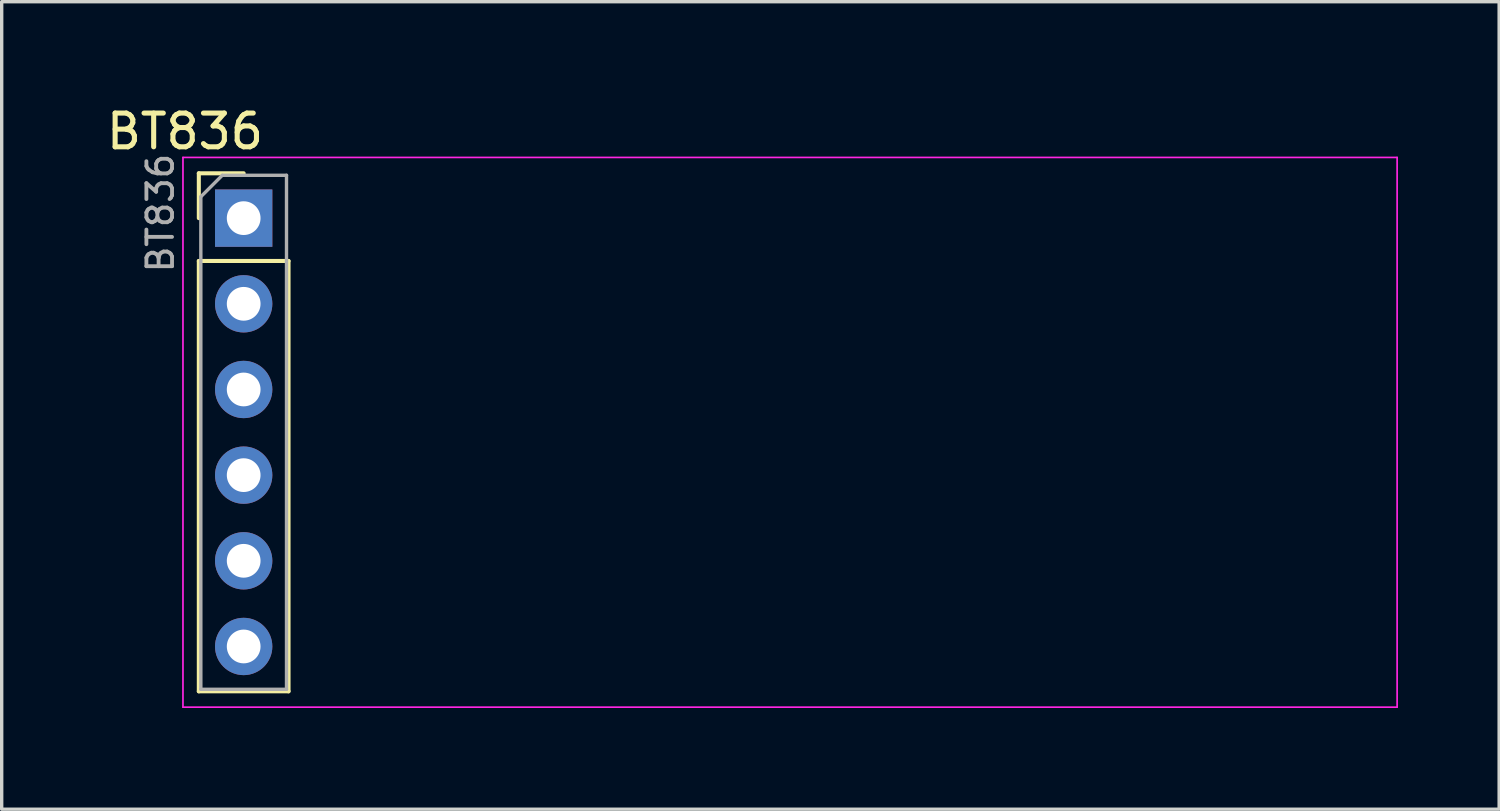
<source format=kicad_pcb>
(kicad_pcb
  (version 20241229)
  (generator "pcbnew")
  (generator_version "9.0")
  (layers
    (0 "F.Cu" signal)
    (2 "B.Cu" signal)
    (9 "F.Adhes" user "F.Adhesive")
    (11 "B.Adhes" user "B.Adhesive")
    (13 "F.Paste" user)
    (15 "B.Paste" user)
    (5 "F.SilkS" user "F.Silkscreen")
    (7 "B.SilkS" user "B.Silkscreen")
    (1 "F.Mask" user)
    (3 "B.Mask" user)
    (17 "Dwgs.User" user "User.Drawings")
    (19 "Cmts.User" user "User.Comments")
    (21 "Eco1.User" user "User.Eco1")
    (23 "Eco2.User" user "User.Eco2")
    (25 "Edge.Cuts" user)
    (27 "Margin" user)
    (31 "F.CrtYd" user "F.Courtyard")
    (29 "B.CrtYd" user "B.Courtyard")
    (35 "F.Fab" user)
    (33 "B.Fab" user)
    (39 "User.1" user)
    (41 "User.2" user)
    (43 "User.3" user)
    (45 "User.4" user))
  (footprint "BT836"
    (layer "F.Cu")
    (at 2.355 1.598)
    (property "Reference" "BT836" (at 0.08 -0.75 0) (unlocked yes) (layer "F.SilkS") (effects (font (size 1 1) (thickness 0.15))))
    (attr through_hole)
    (fp_line (start 0.49 0.49) (end 1.82 0.49) (stroke (width 0.12) (type solid)) (layer "F.SilkS"))
    (fp_line (start 0.49 1.82) (end 0.49 0.49) (stroke (width 0.12) (type solid)) (layer "F.SilkS"))
    (fp_line (start 0.49 3.09) (end 0.49 15.85) (stroke (width 0.12) (type solid)) (layer "F.SilkS"))
    (fp_line (start 0.49 3.09) (end 3.15 3.09) (stroke (width 0.12) (type solid)) (layer "F.SilkS"))
    (fp_line (start 0.49 15.85) (end 3.15 15.85) (stroke (width 0.12) (type solid)) (layer "F.SilkS"))
    (fp_line (start 3.15 3.09) (end 3.15 15.85) (stroke (width 0.12) (type solid)) (layer "F.SilkS"))
    (fp_line (start 0.02 0.02) (end 0.02 16.32) (stroke (width 0.05) (type solid)) (layer "F.CrtYd"))
    (fp_line (start 0.02 16.32) (end 36.02 16.32) (stroke (width 0.05) (type solid)) (layer "F.CrtYd"))
    (fp_line (start 36.02 0.02) (end 0.02 0.02) (stroke (width 0.05) (type solid)) (layer "F.CrtYd"))
    (fp_line (start 36.02 16.32) (end 36.02 0.02) (stroke (width 0.05) (type solid)) (layer "F.CrtYd"))
    (fp_line (start 0.55 1.185) (end 1.185 0.55) (stroke (width 0.1) (type solid)) (layer "F.Fab"))
    (fp_line (start 0.55 15.79) (end 0.55 1.185) (stroke (width 0.1) (type solid)) (layer "F.Fab"))
    (fp_line (start 1.185 0.55) (end 3.09 0.55) (stroke (width 0.1) (type solid)) (layer "F.Fab"))
    (fp_line (start 3.09 0.55) (end 3.09 15.79) (stroke (width 0.1) (type solid)) (layer "F.Fab"))
    (fp_line (start 3.09 15.79) (end 0.55 15.79) (stroke (width 0.1) (type solid)) (layer "F.Fab"))
    (fp_text user "${REFERENCE}" (at -0.65 1.67 90) (layer "F.Fab") (effects (font (size 0.76 0.76) (thickness 0.114))))
    (pad "1" thru_hole rect (at 1.82 1.82) (size 1.7 1.7) (drill 1) (layers "*.Cu" "*.Mask"))
    (pad "2" thru_hole oval (at 1.82 4.36) (size 1.7 1.7) (drill 1) (layers "*.Cu" "*.Mask"))
    (pad "3" thru_hole oval (at 1.82 6.9) (size 1.7 1.7) (drill 1) (layers "*.Cu" "*.Mask"))
    (pad "4" thru_hole oval (at 1.82 9.44) (size 1.7 1.7) (drill 1) (layers "*.Cu" "*.Mask"))
    (pad "5" thru_hole oval (at 1.82 11.98) (size 1.7 1.7) (drill 1) (layers "*.Cu" "*.Mask"))
    (pad "6" thru_hole oval (at 1.82 14.52) (size 1.7 1.7) (drill 1) (layers "*.Cu" "*.Mask"))
    (zone (net_name "") (layers "F.Cu" "B.Cu") (hatch edge 0.508) (connect_pads) (min_thickness 0.254) (filled_areas_thickness no) (keepout (tracks allowed) (vias allowed) (pads allowed) (copperpour allowed) (footprints allowed)) (placement (enabled no)) (fill) (polygon (pts (xy 28.385 17.918) (xy 33.375 17.918) (xy 33.385 1.618) (xy 28.385 1.618))))
    (zone (net_name "") (layers "F.Cu" "B.Cu") (hatch edge 0.508) (connect_pads) (min_thickness 0.254) (filled_areas_thickness no) (keepout (tracks not_allowed) (vias not_allowed) (pads not_allowed) (copperpour allowed) (footprints not_allowed)) (placement (enabled no)) (fill) (polygon (pts (xy 33.375 17.918) (xy 38.365 17.918) (xy 38.375 1.618) (xy 33.375 1.618)))))
  (gr_rect
    (start -3 -3)
    (end 41.4 20.943)
    (stroke (width 0.1) (type default))
    (fill no)
    (layer "Edge.Cuts")))
</source>
